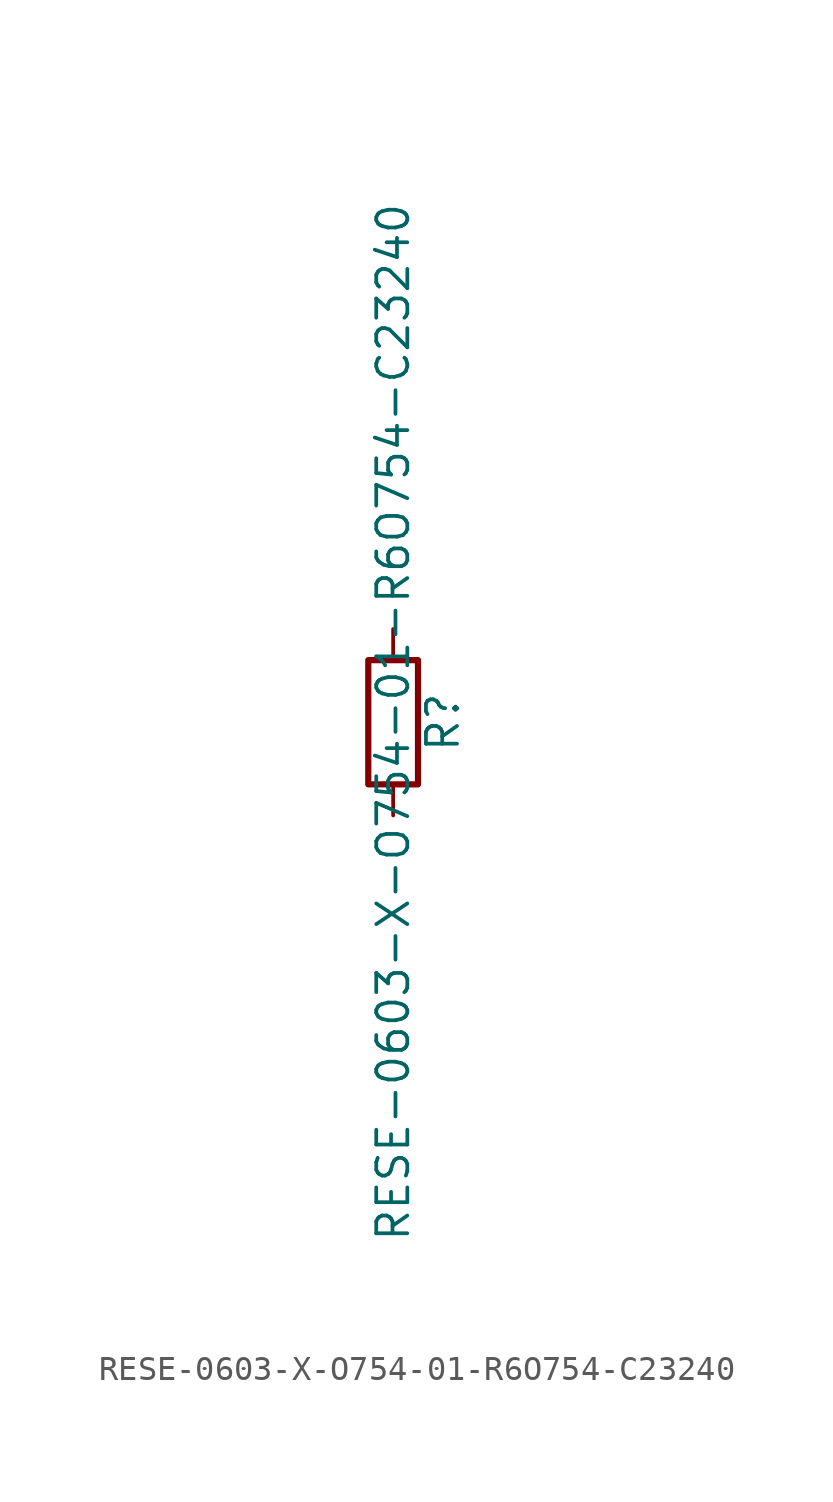
<source format=kicad_sym>
(kicad_symbol_lib
  (version 20211014)
  (generator kicad_symbol_editor)
  (symbol "RESE-0603-X-O754-01-R6O754-C23240"
    (pin_numbers hide)
    (pin_names
      (offset 0))
    (property "Reference" "R"
      (at 2.032 0 90)
      (effects (font (size 1.27 1.27))))
    (property "Value" "RESE-0603-X-O754-01-R6O754-C23240"
      (at 0 0 90)
      (effects (font (size 1.27 1.27))))
    (symbol "RESE-0603-X-O754-01-R6O754-C23240_0_1"
      (rectangle (start -1.016 -2.54) (end 1.016 2.54) (stroke (width 0.254) (type default) (color 0 0 0 0)) (fill (type none))))
    (symbol "RESE-0603-X-O754-01-R6O754-C23240_1_1"
      (pin passive line (at 0 3.81 270) (length 1.27) (name "~" (effects (font (size 1.27 1.27)))) (number "1" (effects (font (size 1.27 1.27)))))
      (pin passive line (at 0 -3.81 90) (length 1.27) (name "~" (effects (font (size 1.27 1.27)))) (number "2" (effects (font (size 1.27 1.27))))))))
</source>
